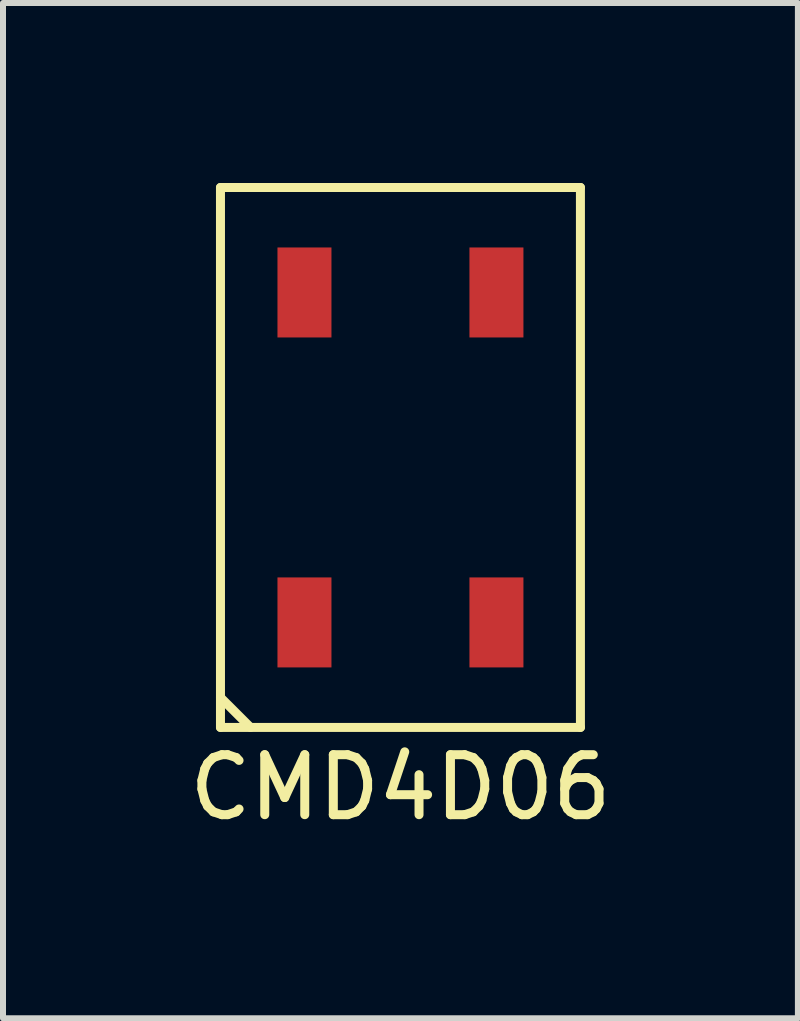
<source format=kicad_pcb>
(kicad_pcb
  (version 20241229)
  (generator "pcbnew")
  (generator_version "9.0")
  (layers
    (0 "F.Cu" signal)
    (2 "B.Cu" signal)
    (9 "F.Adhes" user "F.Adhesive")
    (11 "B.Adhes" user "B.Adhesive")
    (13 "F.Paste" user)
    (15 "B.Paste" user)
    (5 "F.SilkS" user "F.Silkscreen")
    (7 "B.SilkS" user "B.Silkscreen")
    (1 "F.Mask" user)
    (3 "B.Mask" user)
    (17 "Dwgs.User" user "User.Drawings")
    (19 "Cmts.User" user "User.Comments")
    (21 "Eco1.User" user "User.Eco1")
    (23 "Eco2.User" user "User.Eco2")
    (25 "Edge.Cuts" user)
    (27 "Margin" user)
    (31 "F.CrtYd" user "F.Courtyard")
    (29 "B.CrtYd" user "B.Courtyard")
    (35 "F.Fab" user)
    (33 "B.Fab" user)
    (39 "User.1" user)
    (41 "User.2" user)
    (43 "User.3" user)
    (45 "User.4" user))
  (footprint "CMD4D06"
    (layer "F.Cu")
    (at 3.625 4.575)
    (property "Reference" "CMD4D06" (at 0 5.5 0) (layer "F.SilkS") (effects (font (size 1 1) (thickness 0.15))))
    (attr through_hole)
    (fp_line (start -3 -4.5) (end 3 -4.5) (stroke (width 0.15) (type solid)) (layer "F.SilkS"))
    (fp_line (start -3 4) (end -2.5 4.5) (stroke (width 0.15) (type solid)) (layer "F.SilkS"))
    (fp_line (start -3 4.5) (end -3 -4.5) (stroke (width 0.15) (type solid)) (layer "F.SilkS"))
    (fp_line (start 3 -4.5) (end 3 4.5) (stroke (width 0.15) (type solid)) (layer "F.SilkS"))
    (fp_line (start 3 4.5) (end -3 4.5) (stroke (width 0.15) (type solid)) (layer "F.SilkS"))
    (pad "1" smd rect (at -1.6 2.75) (size 0.9 1.5) (layers "F.Cu" "F.Mask" "F.Paste"))
    (pad "2" smd rect (at -1.6 -2.75) (size 0.9 1.5) (layers "F.Cu" "F.Mask" "F.Paste"))
    (pad "3" smd rect (at 1.6 -2.75) (size 0.9 1.5) (layers "F.Cu" "F.Mask" "F.Paste"))
    (pad "4" smd rect (at 1.6 2.75) (size 0.9 1.5) (layers "F.Cu" "F.Mask" "F.Paste")))
  (gr_rect
    (start -3 -3)
    (end 10.25 13.923)
    (stroke (width 0.1) (type default))
    (fill no)
    (layer "Edge.Cuts")))
</source>
